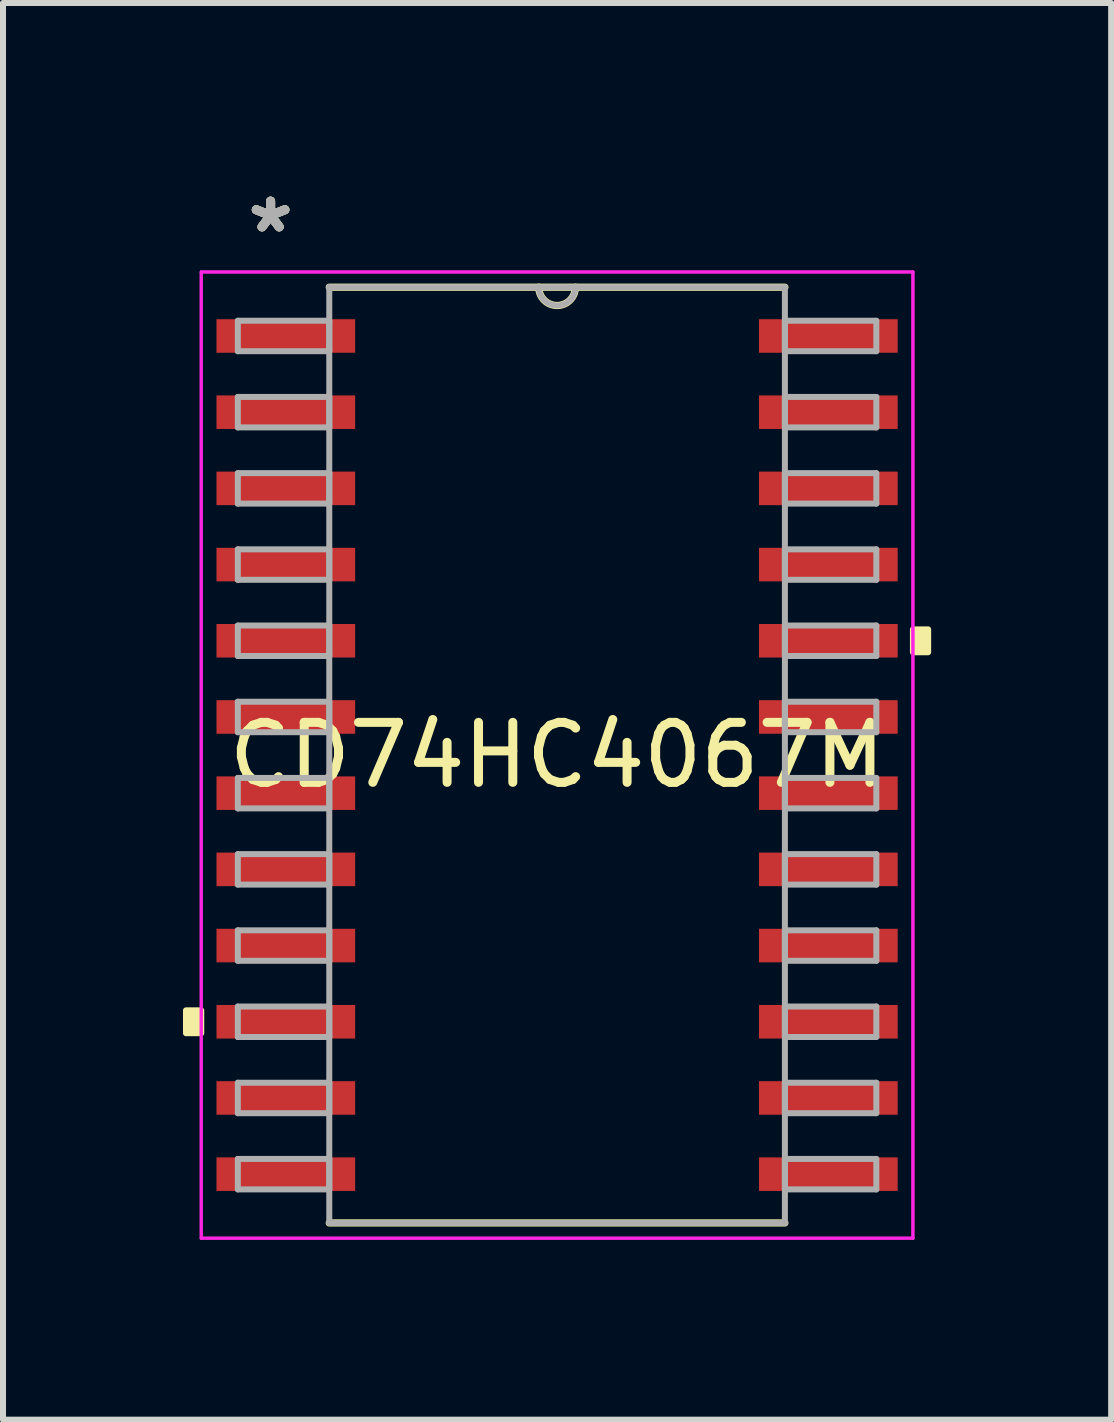
<source format=kicad_pcb>
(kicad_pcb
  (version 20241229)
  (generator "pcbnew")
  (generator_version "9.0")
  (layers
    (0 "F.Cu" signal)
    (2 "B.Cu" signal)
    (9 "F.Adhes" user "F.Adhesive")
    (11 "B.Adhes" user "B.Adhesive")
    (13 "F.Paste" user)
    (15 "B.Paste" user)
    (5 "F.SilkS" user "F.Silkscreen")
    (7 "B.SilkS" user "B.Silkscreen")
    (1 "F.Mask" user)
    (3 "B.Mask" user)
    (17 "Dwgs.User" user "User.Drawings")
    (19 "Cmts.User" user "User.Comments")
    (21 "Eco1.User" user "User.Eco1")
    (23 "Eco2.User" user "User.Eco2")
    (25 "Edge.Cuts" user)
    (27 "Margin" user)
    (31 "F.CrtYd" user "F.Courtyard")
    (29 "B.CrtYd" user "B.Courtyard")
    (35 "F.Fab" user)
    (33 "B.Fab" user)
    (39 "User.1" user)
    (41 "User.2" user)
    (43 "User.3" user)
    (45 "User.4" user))
  (footprint "CD74HC4067M"
    (layer "F.Cu")
    (at 6.235 9.535)
    (property "Reference" "CD74HC4067M" (at 0 0 0) (layer "F.SilkS") (effects (font (size 1 1) (thickness 0.15))))
    (attr through_hole)
    (fp_line (start -3.797 7.798) (end 3.797 7.798) (stroke (width 0.12) (type solid)) (layer "F.SilkS"))
    (fp_line (start 3.797 -7.798) (end -3.797 -7.798) (stroke (width 0.12) (type solid)) (layer "F.SilkS"))
    (fp_arc (start 0.3048 -7.7978) (mid 0 -7.493) (end -0.3048 -7.7978) (stroke (width 0.12) (type solid)) (layer "F.SilkS"))
    (fp_poly (pts (xy -6.185 4.255) (xy -6.185 4.636) (xy -5.931 4.636) (xy -5.931 4.255)) (stroke (width 0.1) (type solid)) (fill yes) (layer "F.SilkS"))
    (fp_poly (pts (xy 6.185 -2.095) (xy 6.185 -1.714) (xy 5.931 -1.714) (xy 5.931 -2.095)) (stroke (width 0.1) (type solid)) (fill yes) (layer "F.SilkS"))
    (fp_line (start -5.931 -8.052) (end 5.931 -8.052) (stroke (width 0.05) (type solid)) (layer "F.CrtYd"))
    (fp_line (start -5.931 -8.052) (end 5.931 -8.052) (stroke (width 0.05) (type solid)) (layer "F.CrtYd"))
    (fp_line (start -5.931 8.052) (end -5.931 -8.052) (stroke (width 0.05) (type solid)) (layer "F.CrtYd"))
    (fp_line (start -5.931 8.052) (end -5.931 -8.052) (stroke (width 0.05) (type solid)) (layer "F.CrtYd"))
    (fp_line (start 5.931 -8.052) (end 5.931 8.052) (stroke (width 0.05) (type solid)) (layer "F.CrtYd"))
    (fp_line (start 5.931 -8.052) (end 5.931 8.052) (stroke (width 0.05) (type solid)) (layer "F.CrtYd"))
    (fp_line (start 5.931 8.052) (end -5.931 8.052) (stroke (width 0.05) (type solid)) (layer "F.CrtYd"))
    (fp_line (start 5.931 8.052) (end -5.931 8.052) (stroke (width 0.05) (type solid)) (layer "F.CrtYd"))
    (fp_line (start -5.321 -7.239) (end -5.321 -6.731) (stroke (width 0.1) (type solid)) (layer "F.Fab"))
    (fp_line (start -5.321 -6.731) (end -3.797 -6.731) (stroke (width 0.1) (type solid)) (layer "F.Fab"))
    (fp_line (start -5.321 -5.969) (end -5.321 -5.461) (stroke (width 0.1) (type solid)) (layer "F.Fab"))
    (fp_line (start -5.321 -5.461) (end -3.797 -5.461) (stroke (width 0.1) (type solid)) (layer "F.Fab"))
    (fp_line (start -5.321 -4.699) (end -5.321 -4.191) (stroke (width 0.1) (type solid)) (layer "F.Fab"))
    (fp_line (start -5.321 -4.191) (end -3.797 -4.191) (stroke (width 0.1) (type solid)) (layer "F.Fab"))
    (fp_line (start -5.321 -3.429) (end -5.321 -2.921) (stroke (width 0.1) (type solid)) (layer "F.Fab"))
    (fp_line (start -5.321 -2.921) (end -3.797 -2.921) (stroke (width 0.1) (type solid)) (layer "F.Fab"))
    (fp_line (start -5.321 -2.159) (end -5.321 -1.651) (stroke (width 0.1) (type solid)) (layer "F.Fab"))
    (fp_line (start -5.321 -1.651) (end -3.797 -1.651) (stroke (width 0.1) (type solid)) (layer "F.Fab"))
    (fp_line (start -5.321 -0.889) (end -5.321 -0.381) (stroke (width 0.1) (type solid)) (layer "F.Fab"))
    (fp_line (start -5.321 -0.381) (end -3.797 -0.381) (stroke (width 0.1) (type solid)) (layer "F.Fab"))
    (fp_line (start -5.321 0.381) (end -5.321 0.889) (stroke (width 0.1) (type solid)) (layer "F.Fab"))
    (fp_line (start -5.321 0.889) (end -3.797 0.889) (stroke (width 0.1) (type solid)) (layer "F.Fab"))
    (fp_line (start -5.321 1.651) (end -5.321 2.159) (stroke (width 0.1) (type solid)) (layer "F.Fab"))
    (fp_line (start -5.321 2.159) (end -3.797 2.159) (stroke (width 0.1) (type solid)) (layer "F.Fab"))
    (fp_line (start -5.321 2.921) (end -5.321 3.429) (stroke (width 0.1) (type solid)) (layer "F.Fab"))
    (fp_line (start -5.321 3.429) (end -3.797 3.429) (stroke (width 0.1) (type solid)) (layer "F.Fab"))
    (fp_line (start -5.321 4.191) (end -5.321 4.699) (stroke (width 0.1) (type solid)) (layer "F.Fab"))
    (fp_line (start -5.321 4.699) (end -3.797 4.699) (stroke (width 0.1) (type solid)) (layer "F.Fab"))
    (fp_line (start -5.321 5.461) (end -5.321 5.969) (stroke (width 0.1) (type solid)) (layer "F.Fab"))
    (fp_line (start -5.321 5.969) (end -3.797 5.969) (stroke (width 0.1) (type solid)) (layer "F.Fab"))
    (fp_line (start -5.321 6.731) (end -5.321 7.239) (stroke (width 0.1) (type solid)) (layer "F.Fab"))
    (fp_line (start -5.321 7.239) (end -3.797 7.239) (stroke (width 0.1) (type solid)) (layer "F.Fab"))
    (fp_line (start -3.797 -7.798) (end -3.797 7.798) (stroke (width 0.1) (type solid)) (layer "F.Fab"))
    (fp_line (start -3.797 -7.239) (end -5.321 -7.239) (stroke (width 0.1) (type solid)) (layer "F.Fab"))
    (fp_line (start -3.797 -6.731) (end -3.797 -7.239) (stroke (width 0.1) (type solid)) (layer "F.Fab"))
    (fp_line (start -3.797 -5.969) (end -5.321 -5.969) (stroke (width 0.1) (type solid)) (layer "F.Fab"))
    (fp_line (start -3.797 -5.461) (end -3.797 -5.969) (stroke (width 0.1) (type solid)) (layer "F.Fab"))
    (fp_line (start -3.797 -4.699) (end -5.321 -4.699) (stroke (width 0.1) (type solid)) (layer "F.Fab"))
    (fp_line (start -3.797 -4.191) (end -3.797 -4.699) (stroke (width 0.1) (type solid)) (layer "F.Fab"))
    (fp_line (start -3.797 -3.429) (end -5.321 -3.429) (stroke (width 0.1) (type solid)) (layer "F.Fab"))
    (fp_line (start -3.797 -2.921) (end -3.797 -3.429) (stroke (width 0.1) (type solid)) (layer "F.Fab"))
    (fp_line (start -3.797 -2.159) (end -5.321 -2.159) (stroke (width 0.1) (type solid)) (layer "F.Fab"))
    (fp_line (start -3.797 -1.651) (end -3.797 -2.159) (stroke (width 0.1) (type solid)) (layer "F.Fab"))
    (fp_line (start -3.797 -0.889) (end -5.321 -0.889) (stroke (width 0.1) (type solid)) (layer "F.Fab"))
    (fp_line (start -3.797 -0.381) (end -3.797 -0.889) (stroke (width 0.1) (type solid)) (layer "F.Fab"))
    (fp_line (start -3.797 0.381) (end -5.321 0.381) (stroke (width 0.1) (type solid)) (layer "F.Fab"))
    (fp_line (start -3.797 0.889) (end -3.797 0.381) (stroke (width 0.1) (type solid)) (layer "F.Fab"))
    (fp_line (start -3.797 1.651) (end -5.321 1.651) (stroke (width 0.1) (type solid)) (layer "F.Fab"))
    (fp_line (start -3.797 2.159) (end -3.797 1.651) (stroke (width 0.1) (type solid)) (layer "F.Fab"))
    (fp_line (start -3.797 2.921) (end -5.321 2.921) (stroke (width 0.1) (type solid)) (layer "F.Fab"))
    (fp_line (start -3.797 3.429) (end -3.797 2.921) (stroke (width 0.1) (type solid)) (layer "F.Fab"))
    (fp_line (start -3.797 4.191) (end -5.321 4.191) (stroke (width 0.1) (type solid)) (layer "F.Fab"))
    (fp_line (start -3.797 4.699) (end -3.797 4.191) (stroke (width 0.1) (type solid)) (layer "F.Fab"))
    (fp_line (start -3.797 5.461) (end -5.321 5.461) (stroke (width 0.1) (type solid)) (layer "F.Fab"))
    (fp_line (start -3.797 5.969) (end -3.797 5.461) (stroke (width 0.1) (type solid)) (layer "F.Fab"))
    (fp_line (start -3.797 6.731) (end -5.321 6.731) (stroke (width 0.1) (type solid)) (layer "F.Fab"))
    (fp_line (start -3.797 7.239) (end -3.797 6.731) (stroke (width 0.1) (type solid)) (layer "F.Fab"))
    (fp_line (start -3.797 7.798) (end 3.797 7.798) (stroke (width 0.1) (type solid)) (layer "F.Fab"))
    (fp_line (start 3.797 -7.798) (end -3.797 -7.798) (stroke (width 0.1) (type solid)) (layer "F.Fab"))
    (fp_line (start 3.797 -7.239) (end 3.797 -6.731) (stroke (width 0.1) (type solid)) (layer "F.Fab"))
    (fp_line (start 3.797 -6.731) (end 5.321 -6.731) (stroke (width 0.1) (type solid)) (layer "F.Fab"))
    (fp_line (start 3.797 -5.969) (end 3.797 -5.461) (stroke (width 0.1) (type solid)) (layer "F.Fab"))
    (fp_line (start 3.797 -5.461) (end 5.321 -5.461) (stroke (width 0.1) (type solid)) (layer "F.Fab"))
    (fp_line (start 3.797 -4.699) (end 3.797 -4.191) (stroke (width 0.1) (type solid)) (layer "F.Fab"))
    (fp_line (start 3.797 -4.191) (end 5.321 -4.191) (stroke (width 0.1) (type solid)) (layer "F.Fab"))
    (fp_line (start 3.797 -3.429) (end 3.797 -2.921) (stroke (width 0.1) (type solid)) (layer "F.Fab"))
    (fp_line (start 3.797 -2.921) (end 5.321 -2.921) (stroke (width 0.1) (type solid)) (layer "F.Fab"))
    (fp_line (start 3.797 -2.159) (end 3.797 -1.651) (stroke (width 0.1) (type solid)) (layer "F.Fab"))
    (fp_line (start 3.797 -1.651) (end 5.321 -1.651) (stroke (width 0.1) (type solid)) (layer "F.Fab"))
    (fp_line (start 3.797 -0.889) (end 3.797 -0.381) (stroke (width 0.1) (type solid)) (layer "F.Fab"))
    (fp_line (start 3.797 -0.381) (end 5.321 -0.381) (stroke (width 0.1) (type solid)) (layer "F.Fab"))
    (fp_line (start 3.797 0.381) (end 3.797 0.889) (stroke (width 0.1) (type solid)) (layer "F.Fab"))
    (fp_line (start 3.797 0.889) (end 5.321 0.889) (stroke (width 0.1) (type solid)) (layer "F.Fab"))
    (fp_line (start 3.797 1.651) (end 3.797 2.159) (stroke (width 0.1) (type solid)) (layer "F.Fab"))
    (fp_line (start 3.797 2.159) (end 5.321 2.159) (stroke (width 0.1) (type solid)) (layer "F.Fab"))
    (fp_line (start 3.797 2.921) (end 3.797 3.429) (stroke (width 0.1) (type solid)) (layer "F.Fab"))
    (fp_line (start 3.797 3.429) (end 5.321 3.429) (stroke (width 0.1) (type solid)) (layer "F.Fab"))
    (fp_line (start 3.797 4.191) (end 3.797 4.699) (stroke (width 0.1) (type solid)) (layer "F.Fab"))
    (fp_line (start 3.797 4.699) (end 5.321 4.699) (stroke (width 0.1) (type solid)) (layer "F.Fab"))
    (fp_line (start 3.797 5.461) (end 3.797 5.969) (stroke (width 0.1) (type solid)) (layer "F.Fab"))
    (fp_line (start 3.797 5.969) (end 5.321 5.969) (stroke (width 0.1) (type solid)) (layer "F.Fab"))
    (fp_line (start 3.797 6.731) (end 3.797 7.239) (stroke (width 0.1) (type solid)) (layer "F.Fab"))
    (fp_line (start 3.797 7.239) (end 5.321 7.239) (stroke (width 0.1) (type solid)) (layer "F.Fab"))
    (fp_line (start 3.797 7.798) (end 3.797 -7.798) (stroke (width 0.1) (type solid)) (layer "F.Fab"))
    (fp_line (start 5.321 -7.239) (end 3.797 -7.239) (stroke (width 0.1) (type solid)) (layer "F.Fab"))
    (fp_line (start 5.321 -6.731) (end 5.321 -7.239) (stroke (width 0.1) (type solid)) (layer "F.Fab"))
    (fp_line (start 5.321 -5.969) (end 3.797 -5.969) (stroke (width 0.1) (type solid)) (layer "F.Fab"))
    (fp_line (start 5.321 -5.461) (end 5.321 -5.969) (stroke (width 0.1) (type solid)) (layer "F.Fab"))
    (fp_line (start 5.321 -4.699) (end 3.797 -4.699) (stroke (width 0.1) (type solid)) (layer "F.Fab"))
    (fp_line (start 5.321 -4.191) (end 5.321 -4.699) (stroke (width 0.1) (type solid)) (layer "F.Fab"))
    (fp_line (start 5.321 -3.429) (end 3.797 -3.429) (stroke (width 0.1) (type solid)) (layer "F.Fab"))
    (fp_line (start 5.321 -2.921) (end 5.321 -3.429) (stroke (width 0.1) (type solid)) (layer "F.Fab"))
    (fp_line (start 5.321 -2.159) (end 3.797 -2.159) (stroke (width 0.1) (type solid)) (layer "F.Fab"))
    (fp_line (start 5.321 -1.651) (end 5.321 -2.159) (stroke (width 0.1) (type solid)) (layer "F.Fab"))
    (fp_line (start 5.321 -0.889) (end 3.797 -0.889) (stroke (width 0.1) (type solid)) (layer "F.Fab"))
    (fp_line (start 5.321 -0.381) (end 5.321 -0.889) (stroke (width 0.1) (type solid)) (layer "F.Fab"))
    (fp_line (start 5.321 0.381) (end 3.797 0.381) (stroke (width 0.1) (type solid)) (layer "F.Fab"))
    (fp_line (start 5.321 0.889) (end 5.321 0.381) (stroke (width 0.1) (type solid)) (layer "F.Fab"))
    (fp_line (start 5.321 1.651) (end 3.797 1.651) (stroke (width 0.1) (type solid)) (layer "F.Fab"))
    (fp_line (start 5.321 2.159) (end 5.321 1.651) (stroke (width 0.1) (type solid)) (layer "F.Fab"))
    (fp_line (start 5.321 2.921) (end 3.797 2.921) (stroke (width 0.1) (type solid)) (layer "F.Fab"))
    (fp_line (start 5.321 3.429) (end 5.321 2.921) (stroke (width 0.1) (type solid)) (layer "F.Fab"))
    (fp_line (start 5.321 4.191) (end 3.797 4.191) (stroke (width 0.1) (type solid)) (layer "F.Fab"))
    (fp_line (start 5.321 4.699) (end 5.321 4.191) (stroke (width 0.1) (type solid)) (layer "F.Fab"))
    (fp_line (start 5.321 5.461) (end 3.797 5.461) (stroke (width 0.1) (type solid)) (layer "F.Fab"))
    (fp_line (start 5.321 5.969) (end 5.321 5.461) (stroke (width 0.1) (type solid)) (layer "F.Fab"))
    (fp_line (start 5.321 6.731) (end 3.797 6.731) (stroke (width 0.1) (type solid)) (layer "F.Fab"))
    (fp_line (start 5.321 7.239) (end 5.321 6.731) (stroke (width 0.1) (type solid)) (layer "F.Fab"))
    (fp_arc (start 0.3048 -7.7978) (mid 0 -7.493) (end -0.3048 -7.7978) (stroke (width 0.1) (type solid)) (layer "F.Fab"))
    (fp_text user "*" (at -4.775 -8.687 0) (layer "F.SilkS") (effects (font (size 1 1) (thickness 0.15))))
    (fp_text user "*" (at -4.775 -8.687 0) (layer "F.SilkS") (effects (font (size 1 1) (thickness 0.15))))
    (fp_text user "*" (at -4.775 -8.687 0) (layer "F.Fab") (effects (font (size 1 1) (thickness 0.15))))
    (fp_text user "*" (at -4.775 -8.687 0) (layer "F.Fab") (effects (font (size 1 1) (thickness 0.15))))
    (pad "1" smd rect (at -4.521 -6.985) (size 2.311 0.559) (layers "F.Cu" "F.Mask" "F.Paste"))
    (pad "2" smd rect (at -4.521 -5.715) (size 2.311 0.559) (layers "F.Cu" "F.Mask" "F.Paste"))
    (pad "3" smd rect (at -4.521 -4.445) (size 2.311 0.559) (layers "F.Cu" "F.Mask" "F.Paste"))
    (pad "4" smd rect (at -4.521 -3.175) (size 2.311 0.559) (layers "F.Cu" "F.Mask" "F.Paste"))
    (pad "5" smd rect (at -4.521 -1.905) (size 2.311 0.559) (layers "F.Cu" "F.Mask" "F.Paste"))
    (pad "6" smd rect (at -4.521 -0.635) (size 2.311 0.559) (layers "F.Cu" "F.Mask" "F.Paste"))
    (pad "7" smd rect (at -4.521 0.635) (size 2.311 0.559) (layers "F.Cu" "F.Mask" "F.Paste"))
    (pad "8" smd rect (at -4.521 1.905) (size 2.311 0.559) (layers "F.Cu" "F.Mask" "F.Paste"))
    (pad "9" smd rect (at -4.521 3.175) (size 2.311 0.559) (layers "F.Cu" "F.Mask" "F.Paste"))
    (pad "10" smd rect (at -4.521 4.445) (size 2.311 0.559) (layers "F.Cu" "F.Mask" "F.Paste"))
    (pad "11" smd rect (at -4.521 5.715) (size 2.311 0.559) (layers "F.Cu" "F.Mask" "F.Paste"))
    (pad "12" smd rect (at -4.521 6.985) (size 2.311 0.559) (layers "F.Cu" "F.Mask" "F.Paste"))
    (pad "13" smd rect (at 4.521 6.985) (size 2.311 0.559) (layers "F.Cu" "F.Mask" "F.Paste"))
    (pad "14" smd rect (at 4.521 5.715) (size 2.311 0.559) (layers "F.Cu" "F.Mask" "F.Paste"))
    (pad "15" smd rect (at 4.521 4.445) (size 2.311 0.559) (layers "F.Cu" "F.Mask" "F.Paste"))
    (pad "16" smd rect (at 4.521 3.175) (size 2.311 0.559) (layers "F.Cu" "F.Mask" "F.Paste"))
    (pad "17" smd rect (at 4.521 1.905) (size 2.311 0.559) (layers "F.Cu" "F.Mask" "F.Paste"))
    (pad "18" smd rect (at 4.521 0.635) (size 2.311 0.559) (layers "F.Cu" "F.Mask" "F.Paste"))
    (pad "19" smd rect (at 4.521 -0.635) (size 2.311 0.559) (layers "F.Cu" "F.Mask" "F.Paste"))
    (pad "20" smd rect (at 4.521 -1.905) (size 2.311 0.559) (layers "F.Cu" "F.Mask" "F.Paste"))
    (pad "21" smd rect (at 4.521 -3.175) (size 2.311 0.559) (layers "F.Cu" "F.Mask" "F.Paste"))
    (pad "22" smd rect (at 4.521 -4.445) (size 2.311 0.559) (layers "F.Cu" "F.Mask" "F.Paste"))
    (pad "23" smd rect (at 4.521 -5.715) (size 2.311 0.559) (layers "F.Cu" "F.Mask" "F.Paste"))
    (pad "24" smd rect (at 4.521 -6.985) (size 2.311 0.559) (layers "F.Cu" "F.Mask" "F.Paste")))
  (gr_rect
    (start -3 -3)
    (end 15.47 20.612)
    (stroke (width 0.1) (type default))
    (fill no)
    (layer "Edge.Cuts")))
</source>
